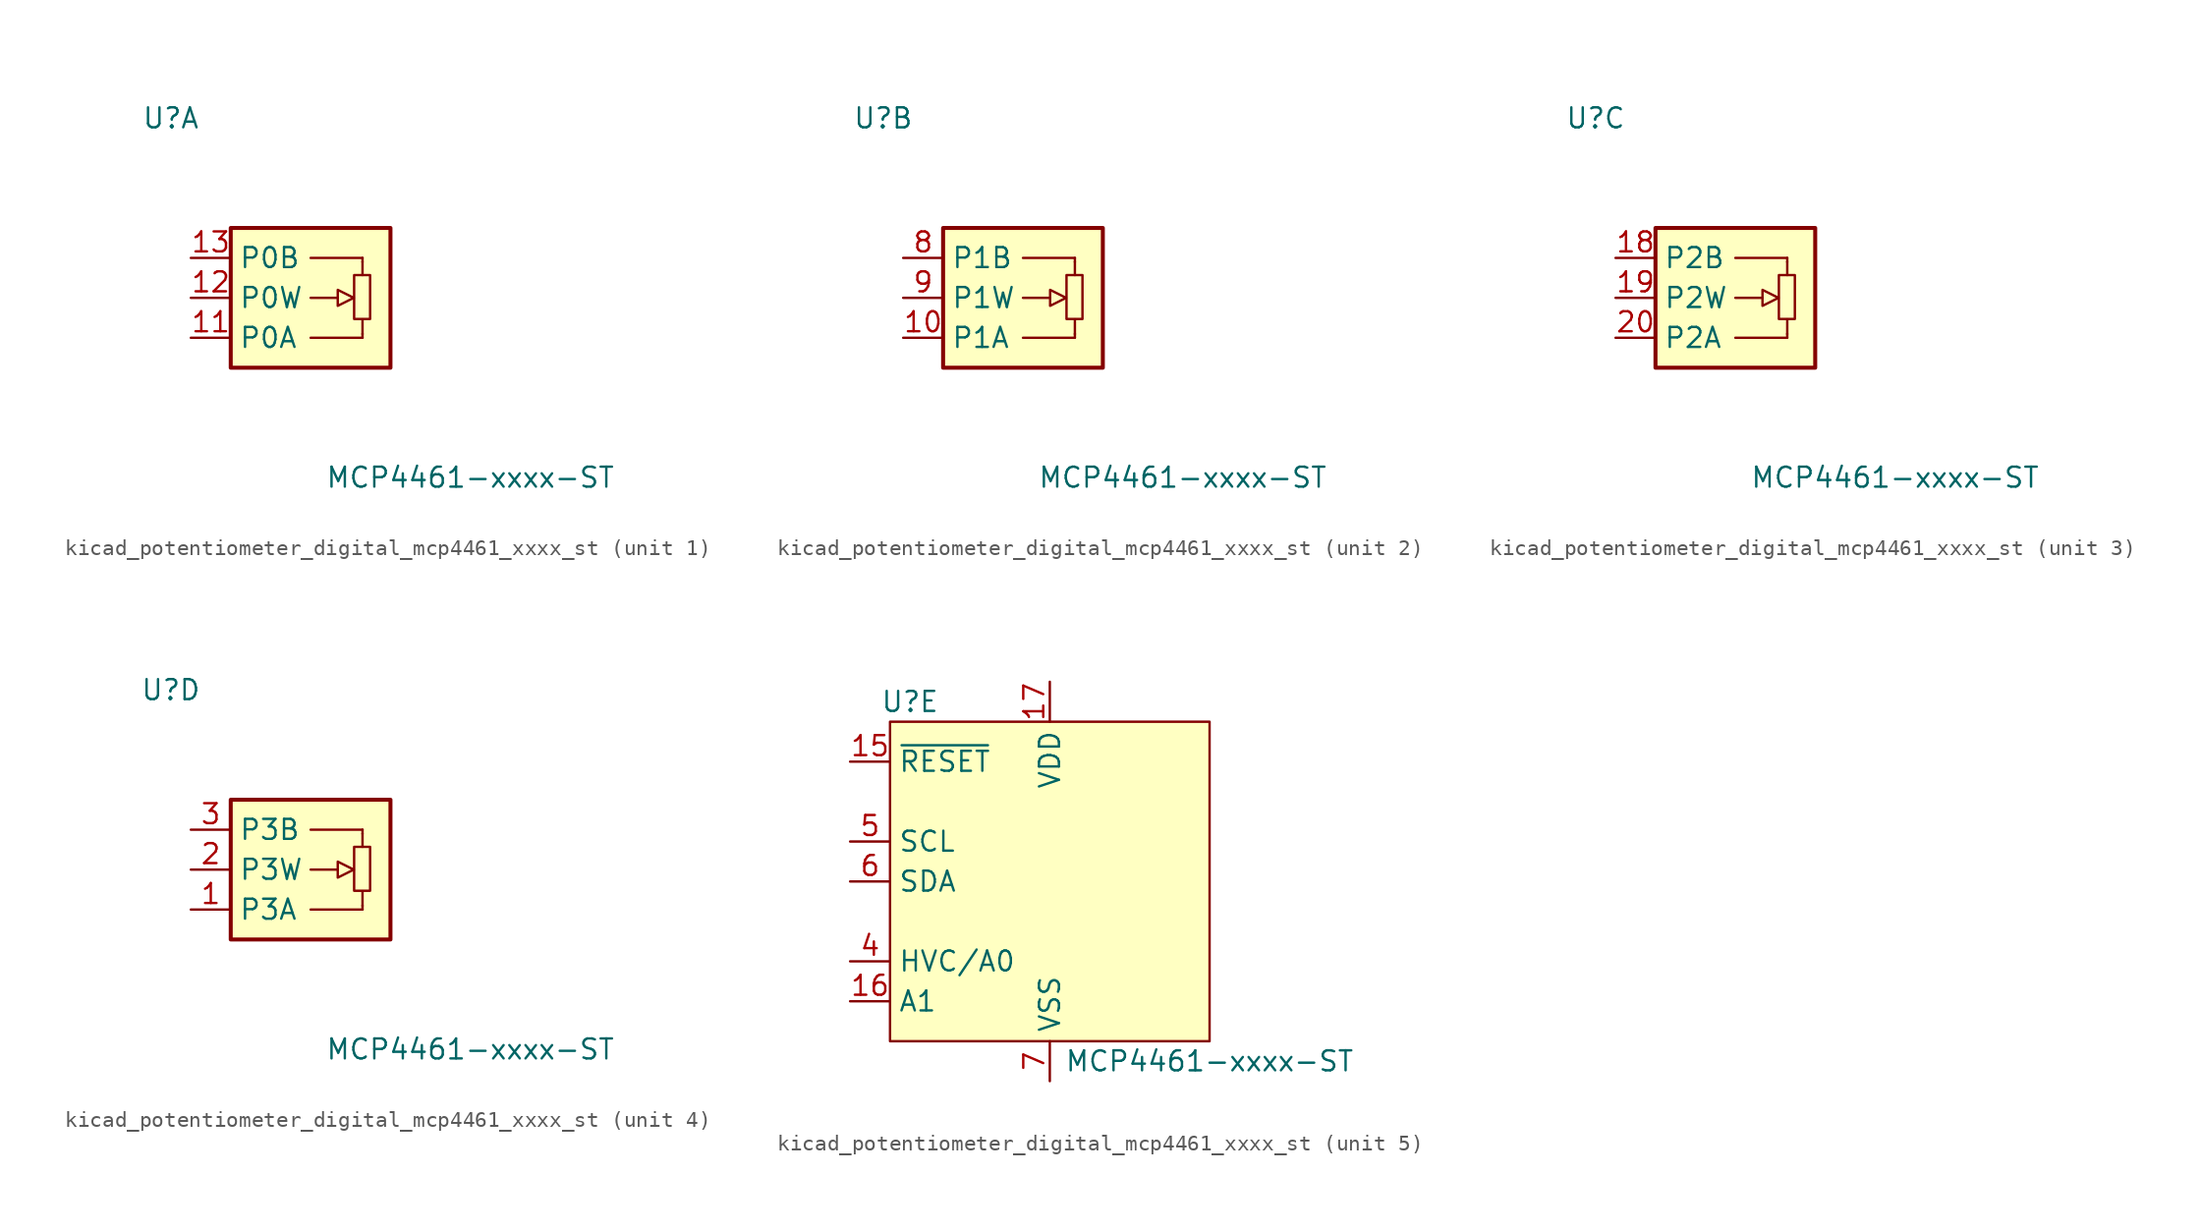
<source format=kicad_sym>
(kicad_symbol_lib
  (version 20220914)
  (generator kicad_symbol_editor)
  (symbol "kicad_potentiometer_digital_mcp4461_xxxx_st"
    (property "Reference" "U"
      (at -8.89 11.43 0)
      (effects (font (size 1.27 1.27))))
    (property "Value" "MCP4461-xxxx-ST"
      (at 10.16 -11.43 0)
      (effects (font (size 1.27 1.27))))
    (property "ki_locked" ""
      (at 0 0 0)
      (effects (font (size 1.27 1.27))))
    (symbol "kicad_potentiometer_digital_mcp4461_xxxx_st_1_1"
      (polyline (pts (xy 1.727 0) (xy 0 0)) (stroke (width 0) (type default)) (fill (type none)))
      (polyline (pts (xy 3.302 -2.54) (xy 0 -2.54)) (stroke (width 0) (type default)) (fill (type background)))
      (polyline (pts (xy 3.302 -2.311) (xy 3.302 -1.372)) (stroke (width 0) (type default)) (fill (type none)))
      (polyline (pts (xy 3.302 2.286) (xy 3.302 1.448)) (stroke (width 0) (type default)) (fill (type none)))
      (polyline (pts (xy 3.302 2.54) (xy 0 2.54)) (stroke (width 0) (type default)) (fill (type background)))
      (polyline (pts (xy 3.302 -2.54) (xy 3.302 -2.286) (xy 3.302 -2.286)) (stroke (width 0) (type default)) (fill (type none)))
      (polyline (pts (xy 3.302 2.54) (xy 3.302 2.286) (xy 3.302 2.286)) (stroke (width 0) (type default)) (fill (type background)))
      (polyline (pts (xy 1.727 -0.508) (xy 1.727 0.508) (xy 2.743 0) (xy 1.727 -0.508) (xy 1.727 -0.508)) (stroke (width 0) (type default)) (fill (type none)))
      (rectangle (start 3.785 -1.346) (end 2.769 1.448) (stroke (width 0) (type default)) (fill (type none)))
      (rectangle (start 5.08 -4.445) (end -5.08 4.445) (stroke (width 0.254) (type default)) (fill (type background)))
      (pin passive line (at -7.62 -2.54 0) (length 2.54) (name "P0A" (effects (font (size 1.27 1.27)))) (number "11" (effects (font (size 1.27 1.27)))))
      (pin passive line (at -7.62 0 0) (length 2.54) (name "P0W" (effects (font (size 1.27 1.27)))) (number "12" (effects (font (size 1.27 1.27)))))
      (pin passive line (at -7.62 2.54 0) (length 2.54) (name "P0B" (effects (font (size 1.27 1.27)))) (number "13" (effects (font (size 1.27 1.27))))))
    (symbol "kicad_potentiometer_digital_mcp4461_xxxx_st_2_1"
      (polyline (pts (xy 1.727 0) (xy 0 0)) (stroke (width 0) (type default)) (fill (type none)))
      (polyline (pts (xy 3.302 -2.54) (xy 0 -2.54)) (stroke (width 0) (type default)) (fill (type background)))
      (polyline (pts (xy 3.302 -2.311) (xy 3.302 -1.372)) (stroke (width 0) (type default)) (fill (type none)))
      (polyline (pts (xy 3.302 2.286) (xy 3.302 1.448)) (stroke (width 0) (type default)) (fill (type none)))
      (polyline (pts (xy 3.302 2.54) (xy 0 2.54)) (stroke (width 0) (type default)) (fill (type background)))
      (polyline (pts (xy 3.302 -2.54) (xy 3.302 -2.286) (xy 3.302 -2.286)) (stroke (width 0) (type default)) (fill (type none)))
      (polyline (pts (xy 3.302 2.54) (xy 3.302 2.286) (xy 3.302 2.286)) (stroke (width 0) (type default)) (fill (type background)))
      (polyline (pts (xy 1.727 -0.508) (xy 1.727 0.508) (xy 2.743 0) (xy 1.727 -0.508) (xy 1.727 -0.508)) (stroke (width 0) (type default)) (fill (type none)))
      (rectangle (start 3.785 -1.346) (end 2.769 1.448) (stroke (width 0) (type default)) (fill (type none)))
      (rectangle (start 5.08 -4.445) (end -5.08 4.445) (stroke (width 0.254) (type default)) (fill (type background)))
      (pin passive line (at -7.62 -2.54 0) (length 2.54) (name "P1A" (effects (font (size 1.27 1.27)))) (number "10" (effects (font (size 1.27 1.27)))))
      (pin passive line (at -7.62 2.54 0) (length 2.54) (name "P1B" (effects (font (size 1.27 1.27)))) (number "8" (effects (font (size 1.27 1.27)))))
      (pin passive line (at -7.62 0 0) (length 2.54) (name "P1W" (effects (font (size 1.27 1.27)))) (number "9" (effects (font (size 1.27 1.27))))))
    (symbol "kicad_potentiometer_digital_mcp4461_xxxx_st_3_1"
      (polyline (pts (xy 1.727 0) (xy 0 0)) (stroke (width 0) (type default)) (fill (type none)))
      (polyline (pts (xy 3.302 -2.54) (xy 0 -2.54)) (stroke (width 0) (type default)) (fill (type background)))
      (polyline (pts (xy 3.302 -2.311) (xy 3.302 -1.372)) (stroke (width 0) (type default)) (fill (type none)))
      (polyline (pts (xy 3.302 2.286) (xy 3.302 1.448)) (stroke (width 0) (type default)) (fill (type none)))
      (polyline (pts (xy 3.302 2.54) (xy 0 2.54)) (stroke (width 0) (type default)) (fill (type background)))
      (polyline (pts (xy 3.302 -2.54) (xy 3.302 -2.286) (xy 3.302 -2.286)) (stroke (width 0) (type default)) (fill (type none)))
      (polyline (pts (xy 3.302 2.54) (xy 3.302 2.286) (xy 3.302 2.286)) (stroke (width 0) (type default)) (fill (type background)))
      (polyline (pts (xy 1.727 -0.508) (xy 1.727 0.508) (xy 2.743 0) (xy 1.727 -0.508) (xy 1.727 -0.508)) (stroke (width 0) (type default)) (fill (type none)))
      (rectangle (start 3.785 -1.346) (end 2.769 1.448) (stroke (width 0) (type default)) (fill (type none)))
      (rectangle (start 5.08 -4.445) (end -5.08 4.445) (stroke (width 0.254) (type default)) (fill (type background)))
      (pin passive line (at -7.62 2.54 0) (length 2.54) (name "P2B" (effects (font (size 1.27 1.27)))) (number "18" (effects (font (size 1.27 1.27)))))
      (pin passive line (at -7.62 0 0) (length 2.54) (name "P2W" (effects (font (size 1.27 1.27)))) (number "19" (effects (font (size 1.27 1.27)))))
      (pin passive line (at -7.62 -2.54 0) (length 2.54) (name "P2A" (effects (font (size 1.27 1.27)))) (number "20" (effects (font (size 1.27 1.27))))))
    (symbol "kicad_potentiometer_digital_mcp4461_xxxx_st_4_1"
      (polyline (pts (xy 1.727 0) (xy 0 0)) (stroke (width 0) (type default)) (fill (type none)))
      (polyline (pts (xy 3.302 -2.54) (xy 0 -2.54)) (stroke (width 0) (type default)) (fill (type background)))
      (polyline (pts (xy 3.302 -2.311) (xy 3.302 -1.372)) (stroke (width 0) (type default)) (fill (type none)))
      (polyline (pts (xy 3.302 2.286) (xy 3.302 1.448)) (stroke (width 0) (type default)) (fill (type none)))
      (polyline (pts (xy 3.302 2.54) (xy 0 2.54)) (stroke (width 0) (type default)) (fill (type background)))
      (polyline (pts (xy 3.302 -2.54) (xy 3.302 -2.286) (xy 3.302 -2.286)) (stroke (width 0) (type default)) (fill (type none)))
      (polyline (pts (xy 3.302 2.54) (xy 3.302 2.286) (xy 3.302 2.286)) (stroke (width 0) (type default)) (fill (type background)))
      (polyline (pts (xy 1.727 -0.508) (xy 1.727 0.508) (xy 2.743 0) (xy 1.727 -0.508) (xy 1.727 -0.508)) (stroke (width 0) (type default)) (fill (type none)))
      (rectangle (start 3.785 -1.346) (end 2.769 1.448) (stroke (width 0) (type default)) (fill (type none)))
      (rectangle (start 5.08 -4.445) (end -5.08 4.445) (stroke (width 0.254) (type default)) (fill (type background)))
      (pin passive line (at -7.62 -2.54 0) (length 2.54) (name "P3A" (effects (font (size 1.27 1.27)))) (number "1" (effects (font (size 1.27 1.27)))))
      (pin passive line (at -7.62 0 0) (length 2.54) (name "P3W" (effects (font (size 1.27 1.27)))) (number "2" (effects (font (size 1.27 1.27)))))
      (pin passive line (at -7.62 2.54 0) (length 2.54) (name "P3B" (effects (font (size 1.27 1.27)))) (number "3" (effects (font (size 1.27 1.27))))))
    (symbol "kicad_potentiometer_digital_mcp4461_xxxx_st_5_1"
      (rectangle (start -10.16 10.16) (end 10.16 -10.16) (stroke (width 0) (type default)) (fill (type background)))
      (pin no_connect line (at -10.16 -2.54 0) (length 2.54) hide (name "NC" (effects (font (size 1.27 1.27)))) (number "14" (effects (font (size 1.27 1.27)))))
      (pin input line (at -12.7 7.62 0) (length 2.54) (name "~{RESET}" (effects (font (size 1.27 1.27)))) (number "15" (effects (font (size 1.27 1.27)))))
      (pin input line (at -12.7 -7.62 0) (length 2.54) (name "A1" (effects (font (size 1.27 1.27)))) (number "16" (effects (font (size 1.27 1.27)))))
      (pin power_in line (at 0 12.7 270) (length 2.54) (name "VDD" (effects (font (size 1.27 1.27)))) (number "17" (effects (font (size 1.27 1.27)))))
      (pin input line (at -12.7 -5.08 0) (length 2.54) (name "HVC/A0" (effects (font (size 1.27 1.27)))) (number "4" (effects (font (size 1.27 1.27)))))
      (pin input line (at -12.7 2.54 0) (length 2.54) (name "SCL" (effects (font (size 1.27 1.27)))) (number "5" (effects (font (size 1.27 1.27)))))
      (pin bidirectional line (at -12.7 0 0) (length 2.54) (name "SDA" (effects (font (size 1.27 1.27)))) (number "6" (effects (font (size 1.27 1.27)))))
      (pin power_in line (at 0 -12.7 90) (length 2.54) (name "VSS" (effects (font (size 1.27 1.27)))) (number "7" (effects (font (size 1.27 1.27))))))))
</source>
